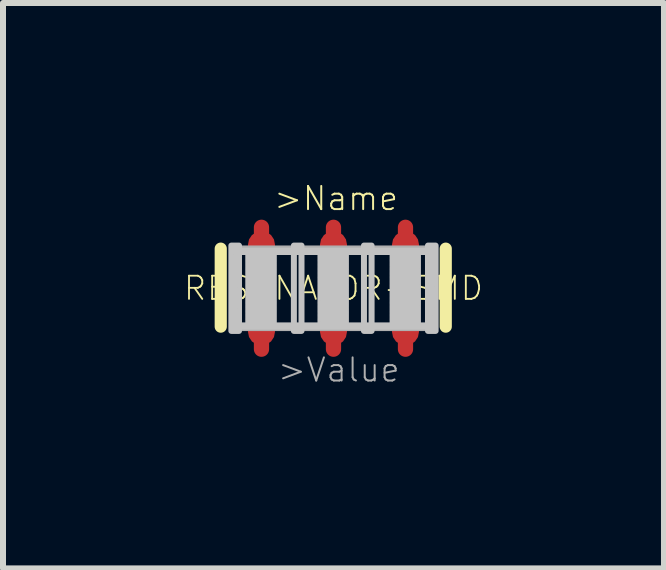
<source format=kicad_pcb>
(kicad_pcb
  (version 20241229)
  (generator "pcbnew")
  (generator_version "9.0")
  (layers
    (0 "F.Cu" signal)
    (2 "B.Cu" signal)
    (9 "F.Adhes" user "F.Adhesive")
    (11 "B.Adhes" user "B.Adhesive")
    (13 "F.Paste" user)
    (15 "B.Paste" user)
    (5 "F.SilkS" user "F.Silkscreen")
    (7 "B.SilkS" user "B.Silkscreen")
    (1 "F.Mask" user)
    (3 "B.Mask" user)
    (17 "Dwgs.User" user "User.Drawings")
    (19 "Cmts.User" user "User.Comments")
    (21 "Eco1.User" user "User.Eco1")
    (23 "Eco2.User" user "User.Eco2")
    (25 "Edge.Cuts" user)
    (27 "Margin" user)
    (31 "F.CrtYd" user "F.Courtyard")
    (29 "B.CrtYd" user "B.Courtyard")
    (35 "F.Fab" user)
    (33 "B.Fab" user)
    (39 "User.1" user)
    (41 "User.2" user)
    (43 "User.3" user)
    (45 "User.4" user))
  (footprint "RESONATOR-SMD"
    (layer "F.Cu")
    (at 2.508 1.754)
    (property "Reference" "RESONATOR-SMD" (at 0 0 180) (layer "F.SilkS") (effects (font (size 0.386 0.386) (thickness 0.031))))
    (attr through_hole)
    (fp_line (start -1.2 0) (end -1.2 -1.016) (stroke (width 0.254) (type solid)) (layer "F.Cu"))
    (fp_line (start -1.2 1.016) (end -1.2 0) (stroke (width 0.254) (type solid)) (layer "F.Cu"))
    (fp_line (start 0 0) (end 0 -1.016) (stroke (width 0.254) (type solid)) (layer "F.Cu"))
    (fp_line (start 0 0) (end 0 1.016) (stroke (width 0.254) (type solid)) (layer "F.Cu"))
    (fp_line (start 1.2 0) (end 1.2 -1.016) (stroke (width 0.254) (type solid)) (layer "F.Cu"))
    (fp_line (start 1.2 0) (end 1.2 1.016) (stroke (width 0.254) (type solid)) (layer "F.Cu"))
    (fp_poly (pts (xy -1.75 0.77) (xy 1.745 0.77) (xy 1.745 -0.765) (xy -1.75 -0.765)) (stroke (width 0) (type solid)) (fill yes) (layer "F.Mask"))
    (fp_line (start -1.879 0.64) (end -1.879 -0.66) (stroke (width 0.203) (type solid)) (layer "F.SilkS"))
    (fp_line (start 1.871 -0.66) (end 1.871 0.64) (stroke (width 0.203) (type solid)) (layer "F.SilkS"))
    (fp_poly (pts (xy -1.702 0.711) (xy -1.575 0.711) (xy -1.575 -0.711) (xy -1.702 -0.711)) (stroke (width 0.1) (type solid)) (fill no) (layer "Dwgs.User"))
    (fp_poly (pts (xy -1.633 -0.604) (xy 1.643 -0.604) (xy 1.643 -0.626) (xy -1.633 -0.626)) (stroke (width 0.1) (type solid)) (fill no) (layer "Dwgs.User"))
    (fp_poly (pts (xy -1.633 -0.583) (xy -1.611 -0.583) (xy -1.611 -0.604) (xy -1.633 -0.604)) (stroke (width 0.1) (type solid)) (fill no) (layer "Dwgs.User"))
    (fp_poly (pts (xy -1.633 -0.561) (xy -1.611 -0.561) (xy -1.611 -0.583) (xy -1.633 -0.583)) (stroke (width 0.1) (type solid)) (fill no) (layer "Dwgs.User"))
    (fp_poly (pts (xy -1.633 -0.539) (xy -1.611 -0.539) (xy -1.611 -0.561) (xy -1.633 -0.561)) (stroke (width 0.1) (type solid)) (fill no) (layer "Dwgs.User"))
    (fp_poly (pts (xy -1.633 -0.517) (xy -1.611 -0.517) (xy -1.611 -0.539) (xy -1.633 -0.539)) (stroke (width 0.1) (type solid)) (fill no) (layer "Dwgs.User"))
    (fp_poly (pts (xy -1.633 -0.495) (xy -1.611 -0.495) (xy -1.611 -0.517) (xy -1.633 -0.517)) (stroke (width 0.1) (type solid)) (fill no) (layer "Dwgs.User"))
    (fp_poly (pts (xy -1.633 -0.473) (xy -1.611 -0.473) (xy -1.611 -0.495) (xy -1.633 -0.495)) (stroke (width 0.1) (type solid)) (fill no) (layer "Dwgs.User"))
    (fp_poly (pts (xy -1.633 -0.452) (xy -1.611 -0.452) (xy -1.611 -0.473) (xy -1.633 -0.473)) (stroke (width 0.1) (type solid)) (fill no) (layer "Dwgs.User"))
    (fp_poly (pts (xy -1.633 -0.43) (xy -1.611 -0.43) (xy -1.611 -0.452) (xy -1.633 -0.452)) (stroke (width 0.1) (type solid)) (fill no) (layer "Dwgs.User"))
    (fp_poly (pts (xy -1.633 -0.408) (xy -1.611 -0.408) (xy -1.611 -0.43) (xy -1.633 -0.43)) (stroke (width 0.1) (type solid)) (fill no) (layer "Dwgs.User"))
    (fp_poly (pts (xy -1.633 -0.386) (xy -1.611 -0.386) (xy -1.611 -0.408) (xy -1.633 -0.408)) (stroke (width 0.1) (type solid)) (fill no) (layer "Dwgs.User"))
    (fp_poly (pts (xy -1.633 -0.364) (xy -1.611 -0.364) (xy -1.611 -0.386) (xy -1.633 -0.386)) (stroke (width 0.1) (type solid)) (fill no) (layer "Dwgs.User"))
    (fp_poly (pts (xy -1.633 -0.342) (xy -1.611 -0.342) (xy -1.611 -0.364) (xy -1.633 -0.364)) (stroke (width 0.1) (type solid)) (fill no) (layer "Dwgs.User"))
    (fp_poly (pts (xy -1.633 -0.32) (xy -1.611 -0.32) (xy -1.611 -0.342) (xy -1.633 -0.342)) (stroke (width 0.1) (type solid)) (fill no) (layer "Dwgs.User"))
    (fp_poly (pts (xy -1.633 -0.299) (xy -1.611 -0.299) (xy -1.611 -0.32) (xy -1.633 -0.32)) (stroke (width 0.1) (type solid)) (fill no) (layer "Dwgs.User"))
    (fp_poly (pts (xy -1.633 -0.277) (xy -1.611 -0.277) (xy -1.611 -0.299) (xy -1.633 -0.299)) (stroke (width 0.1) (type solid)) (fill no) (layer "Dwgs.User"))
    (fp_poly (pts (xy -1.633 -0.255) (xy -1.611 -0.255) (xy -1.611 -0.277) (xy -1.633 -0.277)) (stroke (width 0.1) (type solid)) (fill no) (layer "Dwgs.User"))
    (fp_poly (pts (xy -1.633 -0.233) (xy -1.611 -0.233) (xy -1.611 -0.255) (xy -1.633 -0.255)) (stroke (width 0.1) (type solid)) (fill no) (layer "Dwgs.User"))
    (fp_poly (pts (xy -1.633 -0.211) (xy -1.611 -0.211) (xy -1.611 -0.233) (xy -1.633 -0.233)) (stroke (width 0.1) (type solid)) (fill no) (layer "Dwgs.User"))
    (fp_poly (pts (xy -1.633 -0.189) (xy -1.611 -0.189) (xy -1.611 -0.211) (xy -1.633 -0.211)) (stroke (width 0.1) (type solid)) (fill no) (layer "Dwgs.User"))
    (fp_poly (pts (xy -1.633 -0.168) (xy -1.611 -0.168) (xy -1.611 -0.189) (xy -1.633 -0.189)) (stroke (width 0.1) (type solid)) (fill no) (layer "Dwgs.User"))
    (fp_poly (pts (xy -1.633 -0.146) (xy -1.611 -0.146) (xy -1.611 -0.168) (xy -1.633 -0.168)) (stroke (width 0.1) (type solid)) (fill no) (layer "Dwgs.User"))
    (fp_poly (pts (xy -1.633 -0.124) (xy -1.611 -0.124) (xy -1.611 -0.146) (xy -1.633 -0.146)) (stroke (width 0.1) (type solid)) (fill no) (layer "Dwgs.User"))
    (fp_poly (pts (xy -1.633 -0.102) (xy -1.611 -0.102) (xy -1.611 -0.124) (xy -1.633 -0.124)) (stroke (width 0.1) (type solid)) (fill no) (layer "Dwgs.User"))
    (fp_poly (pts (xy -1.633 -0.08) (xy -1.611 -0.08) (xy -1.611 -0.102) (xy -1.633 -0.102)) (stroke (width 0.1) (type solid)) (fill no) (layer "Dwgs.User"))
    (fp_poly (pts (xy -1.633 -0.058) (xy -1.611 -0.058) (xy -1.611 -0.08) (xy -1.633 -0.08)) (stroke (width 0.1) (type solid)) (fill no) (layer "Dwgs.User"))
    (fp_poly (pts (xy -1.633 -0.037) (xy -1.611 -0.037) (xy -1.611 -0.058) (xy -1.633 -0.058)) (stroke (width 0.1) (type solid)) (fill no) (layer "Dwgs.User"))
    (fp_poly (pts (xy -1.633 -0.015) (xy -1.611 -0.015) (xy -1.611 -0.037) (xy -1.633 -0.037)) (stroke (width 0.1) (type solid)) (fill no) (layer "Dwgs.User"))
    (fp_poly (pts (xy -1.633 0.007) (xy -1.611 0.007) (xy -1.611 -0.015) (xy -1.633 -0.015)) (stroke (width 0.1) (type solid)) (fill no) (layer "Dwgs.User"))
    (fp_poly (pts (xy -1.633 0.029) (xy -1.611 0.029) (xy -1.611 0.007) (xy -1.633 0.007)) (stroke (width 0.1) (type solid)) (fill no) (layer "Dwgs.User"))
    (fp_poly (pts (xy -1.633 0.051) (xy -1.611 0.051) (xy -1.611 0.029) (xy -1.633 0.029)) (stroke (width 0.1) (type solid)) (fill no) (layer "Dwgs.User"))
    (fp_poly (pts (xy -1.633 0.073) (xy -1.611 0.073) (xy -1.611 0.051) (xy -1.633 0.051)) (stroke (width 0.1) (type solid)) (fill no) (layer "Dwgs.User"))
    (fp_poly (pts (xy -1.633 0.095) (xy -1.611 0.095) (xy -1.611 0.073) (xy -1.633 0.073)) (stroke (width 0.1) (type solid)) (fill no) (layer "Dwgs.User"))
    (fp_poly (pts (xy -1.633 0.116) (xy -1.611 0.116) (xy -1.611 0.095) (xy -1.633 0.095)) (stroke (width 0.1) (type solid)) (fill no) (layer "Dwgs.User"))
    (fp_poly (pts (xy -1.633 0.138) (xy -1.611 0.138) (xy -1.611 0.116) (xy -1.633 0.116)) (stroke (width 0.1) (type solid)) (fill no) (layer "Dwgs.User"))
    (fp_poly (pts (xy -1.633 0.16) (xy -1.611 0.16) (xy -1.611 0.138) (xy -1.633 0.138)) (stroke (width 0.1) (type solid)) (fill no) (layer "Dwgs.User"))
    (fp_poly (pts (xy -1.633 0.182) (xy -1.611 0.182) (xy -1.611 0.16) (xy -1.633 0.16)) (stroke (width 0.1) (type solid)) (fill no) (layer "Dwgs.User"))
    (fp_poly (pts (xy -1.633 0.204) (xy -1.611 0.204) (xy -1.611 0.182) (xy -1.633 0.182)) (stroke (width 0.1) (type solid)) (fill no) (layer "Dwgs.User"))
    (fp_poly (pts (xy -1.633 0.226) (xy -1.611 0.226) (xy -1.611 0.204) (xy -1.633 0.204)) (stroke (width 0.1) (type solid)) (fill no) (layer "Dwgs.User"))
    (fp_poly (pts (xy -1.633 0.247) (xy -1.611 0.247) (xy -1.611 0.226) (xy -1.633 0.226)) (stroke (width 0.1) (type solid)) (fill no) (layer "Dwgs.User"))
    (fp_poly (pts (xy -1.633 0.269) (xy -1.611 0.269) (xy -1.611 0.247) (xy -1.633 0.247)) (stroke (width 0.1) (type solid)) (fill no) (layer "Dwgs.User"))
    (fp_poly (pts (xy -1.633 0.291) (xy -1.611 0.291) (xy -1.611 0.269) (xy -1.633 0.269)) (stroke (width 0.1) (type solid)) (fill no) (layer "Dwgs.User"))
    (fp_poly (pts (xy -1.633 0.313) (xy -1.611 0.313) (xy -1.611 0.291) (xy -1.633 0.291)) (stroke (width 0.1) (type solid)) (fill no) (layer "Dwgs.User"))
    (fp_poly (pts (xy -1.633 0.335) (xy -1.611 0.335) (xy -1.611 0.313) (xy -1.633 0.313)) (stroke (width 0.1) (type solid)) (fill no) (layer "Dwgs.User"))
    (fp_poly (pts (xy -1.633 0.357) (xy -1.611 0.357) (xy -1.611 0.335) (xy -1.633 0.335)) (stroke (width 0.1) (type solid)) (fill no) (layer "Dwgs.User"))
    (fp_poly (pts (xy -1.633 0.379) (xy -1.611 0.379) (xy -1.611 0.357) (xy -1.633 0.357)) (stroke (width 0.1) (type solid)) (fill no) (layer "Dwgs.User"))
    (fp_poly (pts (xy -1.633 0.4) (xy -1.611 0.4) (xy -1.611 0.379) (xy -1.633 0.379)) (stroke (width 0.1) (type solid)) (fill no) (layer "Dwgs.User"))
    (fp_poly (pts (xy -1.633 0.422) (xy -1.611 0.422) (xy -1.611 0.4) (xy -1.633 0.4)) (stroke (width 0.1) (type solid)) (fill no) (layer "Dwgs.User"))
    (fp_poly (pts (xy -1.633 0.444) (xy -1.611 0.444) (xy -1.611 0.422) (xy -1.633 0.422)) (stroke (width 0.1) (type solid)) (fill no) (layer "Dwgs.User"))
    (fp_poly (pts (xy -1.633 0.466) (xy -1.611 0.466) (xy -1.611 0.444) (xy -1.633 0.444)) (stroke (width 0.1) (type solid)) (fill no) (layer "Dwgs.User"))
    (fp_poly (pts (xy -1.633 0.488) (xy -1.611 0.488) (xy -1.611 0.466) (xy -1.633 0.466)) (stroke (width 0.1) (type solid)) (fill no) (layer "Dwgs.User"))
    (fp_poly (pts (xy -1.633 0.51) (xy -1.611 0.51) (xy -1.611 0.488) (xy -1.633 0.488)) (stroke (width 0.1) (type solid)) (fill no) (layer "Dwgs.User"))
    (fp_poly (pts (xy -1.633 0.531) (xy -1.611 0.531) (xy -1.611 0.51) (xy -1.633 0.51)) (stroke (width 0.1) (type solid)) (fill no) (layer "Dwgs.User"))
    (fp_poly (pts (xy -1.633 0.553) (xy -1.611 0.553) (xy -1.611 0.531) (xy -1.633 0.531)) (stroke (width 0.1) (type solid)) (fill no) (layer "Dwgs.User"))
    (fp_poly (pts (xy -1.633 0.575) (xy -1.611 0.575) (xy -1.611 0.553) (xy -1.633 0.553)) (stroke (width 0.1) (type solid)) (fill no) (layer "Dwgs.User"))
    (fp_poly (pts (xy -1.633 0.597) (xy -1.611 0.597) (xy -1.611 0.575) (xy -1.633 0.575)) (stroke (width 0.1) (type solid)) (fill no) (layer "Dwgs.User"))
    (fp_poly (pts (xy -1.633 0.619) (xy -1.611 0.619) (xy -1.611 0.597) (xy -1.633 0.597)) (stroke (width 0.1) (type solid)) (fill no) (layer "Dwgs.User"))
    (fp_poly (pts (xy -1.633 0.641) (xy 1.643 0.641) (xy 1.643 0.619) (xy -1.633 0.619)) (stroke (width 0.1) (type solid)) (fill no) (layer "Dwgs.User"))
    (fp_poly (pts (xy -1.415 -0.583) (xy -1 -0.583) (xy -1 -0.604) (xy -1.415 -0.604)) (stroke (width 0.1) (type solid)) (fill no) (layer "Dwgs.User"))
    (fp_poly (pts (xy -1.415 -0.561) (xy -1 -0.561) (xy -1 -0.583) (xy -1.415 -0.583)) (stroke (width 0.1) (type solid)) (fill no) (layer "Dwgs.User"))
    (fp_poly (pts (xy -1.415 -0.539) (xy -1 -0.539) (xy -1 -0.561) (xy -1.415 -0.561)) (stroke (width 0.1) (type solid)) (fill no) (layer "Dwgs.User"))
    (fp_poly (pts (xy -1.415 -0.517) (xy -1 -0.517) (xy -1 -0.539) (xy -1.415 -0.539)) (stroke (width 0.1) (type solid)) (fill no) (layer "Dwgs.User"))
    (fp_poly (pts (xy -1.415 -0.495) (xy -1 -0.495) (xy -1 -0.517) (xy -1.415 -0.517)) (stroke (width 0.1) (type solid)) (fill no) (layer "Dwgs.User"))
    (fp_poly (pts (xy -1.415 -0.473) (xy -1 -0.473) (xy -1 -0.495) (xy -1.415 -0.495)) (stroke (width 0.1) (type solid)) (fill no) (layer "Dwgs.User"))
    (fp_poly (pts (xy -1.415 -0.452) (xy -1 -0.452) (xy -1 -0.473) (xy -1.415 -0.473)) (stroke (width 0.1) (type solid)) (fill no) (layer "Dwgs.User"))
    (fp_poly (pts (xy -1.415 -0.43) (xy -1 -0.43) (xy -1 -0.452) (xy -1.415 -0.452)) (stroke (width 0.1) (type solid)) (fill no) (layer "Dwgs.User"))
    (fp_poly (pts (xy -1.415 -0.408) (xy -1 -0.408) (xy -1 -0.43) (xy -1.415 -0.43)) (stroke (width 0.1) (type solid)) (fill no) (layer "Dwgs.User"))
    (fp_poly (pts (xy -1.415 -0.386) (xy -1 -0.386) (xy -1 -0.408) (xy -1.415 -0.408)) (stroke (width 0.1) (type solid)) (fill no) (layer "Dwgs.User"))
    (fp_poly (pts (xy -1.415 -0.364) (xy -1 -0.364) (xy -1 -0.386) (xy -1.415 -0.386)) (stroke (width 0.1) (type solid)) (fill no) (layer "Dwgs.User"))
    (fp_poly (pts (xy -1.415 -0.342) (xy -1 -0.342) (xy -1 -0.364) (xy -1.415 -0.364)) (stroke (width 0.1) (type solid)) (fill no) (layer "Dwgs.User"))
    (fp_poly (pts (xy -1.415 -0.32) (xy -1 -0.32) (xy -1 -0.342) (xy -1.415 -0.342)) (stroke (width 0.1) (type solid)) (fill no) (layer "Dwgs.User"))
    (fp_poly (pts (xy -1.415 -0.299) (xy -1 -0.299) (xy -1 -0.32) (xy -1.415 -0.32)) (stroke (width 0.1) (type solid)) (fill no) (layer "Dwgs.User"))
    (fp_poly (pts (xy -1.415 -0.277) (xy -1 -0.277) (xy -1 -0.299) (xy -1.415 -0.299)) (stroke (width 0.1) (type solid)) (fill no) (layer "Dwgs.User"))
    (fp_poly (pts (xy -1.415 -0.255) (xy -1 -0.255) (xy -1 -0.277) (xy -1.415 -0.277)) (stroke (width 0.1) (type solid)) (fill no) (layer "Dwgs.User"))
    (fp_poly (pts (xy -1.415 -0.233) (xy -1 -0.233) (xy -1 -0.255) (xy -1.415 -0.255)) (stroke (width 0.1) (type solid)) (fill no) (layer "Dwgs.User"))
    (fp_poly (pts (xy -1.415 -0.211) (xy -1 -0.211) (xy -1 -0.233) (xy -1.415 -0.233)) (stroke (width 0.1) (type solid)) (fill no) (layer "Dwgs.User"))
    (fp_poly (pts (xy -1.415 -0.189) (xy -1 -0.189) (xy -1 -0.211) (xy -1.415 -0.211)) (stroke (width 0.1) (type solid)) (fill no) (layer "Dwgs.User"))
    (fp_poly (pts (xy -1.415 -0.168) (xy -1 -0.168) (xy -1 -0.189) (xy -1.415 -0.189)) (stroke (width 0.1) (type solid)) (fill no) (layer "Dwgs.User"))
    (fp_poly (pts (xy -1.415 -0.146) (xy -1 -0.146) (xy -1 -0.168) (xy -1.415 -0.168)) (stroke (width 0.1) (type solid)) (fill no) (layer "Dwgs.User"))
    (fp_poly (pts (xy -1.415 -0.124) (xy -1 -0.124) (xy -1 -0.146) (xy -1.415 -0.146)) (stroke (width 0.1) (type solid)) (fill no) (layer "Dwgs.User"))
    (fp_poly (pts (xy -1.415 -0.102) (xy -1 -0.102) (xy -1 -0.124) (xy -1.415 -0.124)) (stroke (width 0.1) (type solid)) (fill no) (layer "Dwgs.User"))
    (fp_poly (pts (xy -1.415 -0.08) (xy -1 -0.08) (xy -1 -0.102) (xy -1.415 -0.102)) (stroke (width 0.1) (type solid)) (fill no) (layer "Dwgs.User"))
    (fp_poly (pts (xy -1.415 -0.058) (xy -1 -0.058) (xy -1 -0.08) (xy -1.415 -0.08)) (stroke (width 0.1) (type solid)) (fill no) (layer "Dwgs.User"))
    (fp_poly (pts (xy -1.415 -0.037) (xy -1 -0.037) (xy -1 -0.058) (xy -1.415 -0.058)) (stroke (width 0.1) (type solid)) (fill no) (layer "Dwgs.User"))
    (fp_poly (pts (xy -1.415 -0.015) (xy -1 -0.015) (xy -1 -0.037) (xy -1.415 -0.037)) (stroke (width 0.1) (type solid)) (fill no) (layer "Dwgs.User"))
    (fp_poly (pts (xy -1.415 0.007) (xy -1 0.007) (xy -1 -0.015) (xy -1.415 -0.015)) (stroke (width 0.1) (type solid)) (fill no) (layer "Dwgs.User"))
    (fp_poly (pts (xy -1.415 0.029) (xy -1 0.029) (xy -1 0.007) (xy -1.415 0.007)) (stroke (width 0.1) (type solid)) (fill no) (layer "Dwgs.User"))
    (fp_poly (pts (xy -1.415 0.051) (xy -1 0.051) (xy -1 0.029) (xy -1.415 0.029)) (stroke (width 0.1) (type solid)) (fill no) (layer "Dwgs.User"))
    (fp_poly (pts (xy -1.415 0.073) (xy -1 0.073) (xy -1 0.051) (xy -1.415 0.051)) (stroke (width 0.1) (type solid)) (fill no) (layer "Dwgs.User"))
    (fp_poly (pts (xy -1.415 0.095) (xy -1 0.095) (xy -1 0.073) (xy -1.415 0.073)) (stroke (width 0.1) (type solid)) (fill no) (layer "Dwgs.User"))
    (fp_poly (pts (xy -1.415 0.116) (xy -1 0.116) (xy -1 0.095) (xy -1.415 0.095)) (stroke (width 0.1) (type solid)) (fill no) (layer "Dwgs.User"))
    (fp_poly (pts (xy -1.415 0.138) (xy -1 0.138) (xy -1 0.116) (xy -1.415 0.116)) (stroke (width 0.1) (type solid)) (fill no) (layer "Dwgs.User"))
    (fp_poly (pts (xy -1.415 0.16) (xy -1 0.16) (xy -1 0.138) (xy -1.415 0.138)) (stroke (width 0.1) (type solid)) (fill no) (layer "Dwgs.User"))
    (fp_poly (pts (xy -1.415 0.182) (xy -1 0.182) (xy -1 0.16) (xy -1.415 0.16)) (stroke (width 0.1) (type solid)) (fill no) (layer "Dwgs.User"))
    (fp_poly (pts (xy -1.415 0.204) (xy -1 0.204) (xy -1 0.182) (xy -1.415 0.182)) (stroke (width 0.1) (type solid)) (fill no) (layer "Dwgs.User"))
    (fp_poly (pts (xy -1.415 0.226) (xy -1 0.226) (xy -1 0.204) (xy -1.415 0.204)) (stroke (width 0.1) (type solid)) (fill no) (layer "Dwgs.User"))
    (fp_poly (pts (xy -1.415 0.247) (xy -1 0.247) (xy -1 0.226) (xy -1.415 0.226)) (stroke (width 0.1) (type solid)) (fill no) (layer "Dwgs.User"))
    (fp_poly (pts (xy -1.415 0.269) (xy -1 0.269) (xy -1 0.247) (xy -1.415 0.247)) (stroke (width 0.1) (type solid)) (fill no) (layer "Dwgs.User"))
    (fp_poly (pts (xy -1.415 0.291) (xy -1 0.291) (xy -1 0.269) (xy -1.415 0.269)) (stroke (width 0.1) (type solid)) (fill no) (layer "Dwgs.User"))
    (fp_poly (pts (xy -1.415 0.313) (xy -1 0.313) (xy -1 0.291) (xy -1.415 0.291)) (stroke (width 0.1) (type solid)) (fill no) (layer "Dwgs.User"))
    (fp_poly (pts (xy -1.415 0.335) (xy -1 0.335) (xy -1 0.313) (xy -1.415 0.313)) (stroke (width 0.1) (type solid)) (fill no) (layer "Dwgs.User"))
    (fp_poly (pts (xy -1.415 0.357) (xy -1 0.357) (xy -1 0.335) (xy -1.415 0.335)) (stroke (width 0.1) (type solid)) (fill no) (layer "Dwgs.User"))
    (fp_poly (pts (xy -1.415 0.379) (xy -1 0.379) (xy -1 0.357) (xy -1.415 0.357)) (stroke (width 0.1) (type solid)) (fill no) (layer "Dwgs.User"))
    (fp_poly (pts (xy -1.415 0.4) (xy -1 0.4) (xy -1 0.379) (xy -1.415 0.379)) (stroke (width 0.1) (type solid)) (fill no) (layer "Dwgs.User"))
    (fp_poly (pts (xy -1.415 0.422) (xy -1 0.422) (xy -1 0.4) (xy -1.415 0.4)) (stroke (width 0.1) (type solid)) (fill no) (layer "Dwgs.User"))
    (fp_poly (pts (xy -1.415 0.444) (xy -1 0.444) (xy -1 0.422) (xy -1.415 0.422)) (stroke (width 0.1) (type solid)) (fill no) (layer "Dwgs.User"))
    (fp_poly (pts (xy -1.415 0.466) (xy -1 0.466) (xy -1 0.444) (xy -1.415 0.444)) (stroke (width 0.1) (type solid)) (fill no) (layer "Dwgs.User"))
    (fp_poly (pts (xy -1.415 0.488) (xy -1 0.488) (xy -1 0.466) (xy -1.415 0.466)) (stroke (width 0.1) (type solid)) (fill no) (layer "Dwgs.User"))
    (fp_poly (pts (xy -1.415 0.51) (xy -1 0.51) (xy -1 0.488) (xy -1.415 0.488)) (stroke (width 0.1) (type solid)) (fill no) (layer "Dwgs.User"))
    (fp_poly (pts (xy -1.415 0.531) (xy -1 0.531) (xy -1 0.51) (xy -1.415 0.51)) (stroke (width 0.1) (type solid)) (fill no) (layer "Dwgs.User"))
    (fp_poly (pts (xy -1.415 0.553) (xy -1 0.553) (xy -1 0.531) (xy -1.415 0.531)) (stroke (width 0.1) (type solid)) (fill no) (layer "Dwgs.User"))
    (fp_poly (pts (xy -1.415 0.575) (xy -1 0.575) (xy -1 0.553) (xy -1.415 0.553)) (stroke (width 0.1) (type solid)) (fill no) (layer "Dwgs.User"))
    (fp_poly (pts (xy -1.415 0.597) (xy -1 0.597) (xy -1 0.575) (xy -1.415 0.575)) (stroke (width 0.1) (type solid)) (fill no) (layer "Dwgs.User"))
    (fp_poly (pts (xy -1.415 0.619) (xy -1 0.619) (xy -1 0.597) (xy -1.415 0.597)) (stroke (width 0.1) (type solid)) (fill no) (layer "Dwgs.User"))
    (fp_poly (pts (xy -0.66 0.711) (xy -0.533 0.711) (xy -0.533 -0.711) (xy -0.66 -0.711)) (stroke (width 0.1) (type solid)) (fill no) (layer "Dwgs.User"))
    (fp_poly (pts (xy -0.213 -0.583) (xy 0.202 -0.583) (xy 0.202 -0.604) (xy -0.213 -0.604)) (stroke (width 0.1) (type solid)) (fill no) (layer "Dwgs.User"))
    (fp_poly (pts (xy -0.213 -0.561) (xy 0.202 -0.561) (xy 0.202 -0.583) (xy -0.213 -0.583)) (stroke (width 0.1) (type solid)) (fill no) (layer "Dwgs.User"))
    (fp_poly (pts (xy -0.213 -0.539) (xy 0.202 -0.539) (xy 0.202 -0.561) (xy -0.213 -0.561)) (stroke (width 0.1) (type solid)) (fill no) (layer "Dwgs.User"))
    (fp_poly (pts (xy -0.213 -0.517) (xy 0.202 -0.517) (xy 0.202 -0.539) (xy -0.213 -0.539)) (stroke (width 0.1) (type solid)) (fill no) (layer "Dwgs.User"))
    (fp_poly (pts (xy -0.213 -0.495) (xy 0.202 -0.495) (xy 0.202 -0.517) (xy -0.213 -0.517)) (stroke (width 0.1) (type solid)) (fill no) (layer "Dwgs.User"))
    (fp_poly (pts (xy -0.213 -0.473) (xy 0.202 -0.473) (xy 0.202 -0.495) (xy -0.213 -0.495)) (stroke (width 0.1) (type solid)) (fill no) (layer "Dwgs.User"))
    (fp_poly (pts (xy -0.213 -0.452) (xy 0.202 -0.452) (xy 0.202 -0.473) (xy -0.213 -0.473)) (stroke (width 0.1) (type solid)) (fill no) (layer "Dwgs.User"))
    (fp_poly (pts (xy -0.213 -0.43) (xy 0.202 -0.43) (xy 0.202 -0.452) (xy -0.213 -0.452)) (stroke (width 0.1) (type solid)) (fill no) (layer "Dwgs.User"))
    (fp_poly (pts (xy -0.213 -0.408) (xy 0.202 -0.408) (xy 0.202 -0.43) (xy -0.213 -0.43)) (stroke (width 0.1) (type solid)) (fill no) (layer "Dwgs.User"))
    (fp_poly (pts (xy -0.213 -0.386) (xy 0.202 -0.386) (xy 0.202 -0.408) (xy -0.213 -0.408)) (stroke (width 0.1) (type solid)) (fill no) (layer "Dwgs.User"))
    (fp_poly (pts (xy -0.213 -0.364) (xy 0.202 -0.364) (xy 0.202 -0.386) (xy -0.213 -0.386)) (stroke (width 0.1) (type solid)) (fill no) (layer "Dwgs.User"))
    (fp_poly (pts (xy -0.213 -0.342) (xy 0.202 -0.342) (xy 0.202 -0.364) (xy -0.213 -0.364)) (stroke (width 0.1) (type solid)) (fill no) (layer "Dwgs.User"))
    (fp_poly (pts (xy -0.213 -0.32) (xy 0.202 -0.32) (xy 0.202 -0.342) (xy -0.213 -0.342)) (stroke (width 0.1) (type solid)) (fill no) (layer "Dwgs.User"))
    (fp_poly (pts (xy -0.213 -0.299) (xy 0.202 -0.299) (xy 0.202 -0.32) (xy -0.213 -0.32)) (stroke (width 0.1) (type solid)) (fill no) (layer "Dwgs.User"))
    (fp_poly (pts (xy -0.213 -0.277) (xy 0.202 -0.277) (xy 0.202 -0.299) (xy -0.213 -0.299)) (stroke (width 0.1) (type solid)) (fill no) (layer "Dwgs.User"))
    (fp_poly (pts (xy -0.213 -0.255) (xy 0.202 -0.255) (xy 0.202 -0.277) (xy -0.213 -0.277)) (stroke (width 0.1) (type solid)) (fill no) (layer "Dwgs.User"))
    (fp_poly (pts (xy -0.213 -0.233) (xy 0.202 -0.233) (xy 0.202 -0.255) (xy -0.213 -0.255)) (stroke (width 0.1) (type solid)) (fill no) (layer "Dwgs.User"))
    (fp_poly (pts (xy -0.213 -0.211) (xy 0.202 -0.211) (xy 0.202 -0.233) (xy -0.213 -0.233)) (stroke (width 0.1) (type solid)) (fill no) (layer "Dwgs.User"))
    (fp_poly (pts (xy -0.213 -0.189) (xy 0.202 -0.189) (xy 0.202 -0.211) (xy -0.213 -0.211)) (stroke (width 0.1) (type solid)) (fill no) (layer "Dwgs.User"))
    (fp_poly (pts (xy -0.213 -0.168) (xy 0.202 -0.168) (xy 0.202 -0.189) (xy -0.213 -0.189)) (stroke (width 0.1) (type solid)) (fill no) (layer "Dwgs.User"))
    (fp_poly (pts (xy -0.213 -0.146) (xy 0.202 -0.146) (xy 0.202 -0.168) (xy -0.213 -0.168)) (stroke (width 0.1) (type solid)) (fill no) (layer "Dwgs.User"))
    (fp_poly (pts (xy -0.213 -0.124) (xy 0.202 -0.124) (xy 0.202 -0.146) (xy -0.213 -0.146)) (stroke (width 0.1) (type solid)) (fill no) (layer "Dwgs.User"))
    (fp_poly (pts (xy -0.213 -0.102) (xy 0.202 -0.102) (xy 0.202 -0.124) (xy -0.213 -0.124)) (stroke (width 0.1) (type solid)) (fill no) (layer "Dwgs.User"))
    (fp_poly (pts (xy -0.213 -0.08) (xy 0.202 -0.08) (xy 0.202 -0.102) (xy -0.213 -0.102)) (stroke (width 0.1) (type solid)) (fill no) (layer "Dwgs.User"))
    (fp_poly (pts (xy -0.213 -0.058) (xy 0.202 -0.058) (xy 0.202 -0.08) (xy -0.213 -0.08)) (stroke (width 0.1) (type solid)) (fill no) (layer "Dwgs.User"))
    (fp_poly (pts (xy -0.213 -0.037) (xy 0.202 -0.037) (xy 0.202 -0.058) (xy -0.213 -0.058)) (stroke (width 0.1) (type solid)) (fill no) (layer "Dwgs.User"))
    (fp_poly (pts (xy -0.213 -0.015) (xy 0.202 -0.015) (xy 0.202 -0.037) (xy -0.213 -0.037)) (stroke (width 0.1) (type solid)) (fill no) (layer "Dwgs.User"))
    (fp_poly (pts (xy -0.213 0.007) (xy 0.202 0.007) (xy 0.202 -0.015) (xy -0.213 -0.015)) (stroke (width 0.1) (type solid)) (fill no) (layer "Dwgs.User"))
    (fp_poly (pts (xy -0.213 0.029) (xy 0.202 0.029) (xy 0.202 0.007) (xy -0.213 0.007)) (stroke (width 0.1) (type solid)) (fill no) (layer "Dwgs.User"))
    (fp_poly (pts (xy -0.213 0.051) (xy 0.202 0.051) (xy 0.202 0.029) (xy -0.213 0.029)) (stroke (width 0.1) (type solid)) (fill no) (layer "Dwgs.User"))
    (fp_poly (pts (xy -0.213 0.073) (xy 0.202 0.073) (xy 0.202 0.051) (xy -0.213 0.051)) (stroke (width 0.1) (type solid)) (fill no) (layer "Dwgs.User"))
    (fp_poly (pts (xy -0.213 0.095) (xy 0.202 0.095) (xy 0.202 0.073) (xy -0.213 0.073)) (stroke (width 0.1) (type solid)) (fill no) (layer "Dwgs.User"))
    (fp_poly (pts (xy -0.213 0.116) (xy 0.202 0.116) (xy 0.202 0.095) (xy -0.213 0.095)) (stroke (width 0.1) (type solid)) (fill no) (layer "Dwgs.User"))
    (fp_poly (pts (xy -0.213 0.138) (xy 0.202 0.138) (xy 0.202 0.116) (xy -0.213 0.116)) (stroke (width 0.1) (type solid)) (fill no) (layer "Dwgs.User"))
    (fp_poly (pts (xy -0.213 0.16) (xy 0.202 0.16) (xy 0.202 0.138) (xy -0.213 0.138)) (stroke (width 0.1) (type solid)) (fill no) (layer "Dwgs.User"))
    (fp_poly (pts (xy -0.213 0.182) (xy 0.202 0.182) (xy 0.202 0.16) (xy -0.213 0.16)) (stroke (width 0.1) (type solid)) (fill no) (layer "Dwgs.User"))
    (fp_poly (pts (xy -0.213 0.204) (xy 0.202 0.204) (xy 0.202 0.182) (xy -0.213 0.182)) (stroke (width 0.1) (type solid)) (fill no) (layer "Dwgs.User"))
    (fp_poly (pts (xy -0.213 0.226) (xy 0.202 0.226) (xy 0.202 0.204) (xy -0.213 0.204)) (stroke (width 0.1) (type solid)) (fill no) (layer "Dwgs.User"))
    (fp_poly (pts (xy -0.213 0.247) (xy 0.202 0.247) (xy 0.202 0.226) (xy -0.213 0.226)) (stroke (width 0.1) (type solid)) (fill no) (layer "Dwgs.User"))
    (fp_poly (pts (xy -0.213 0.269) (xy 0.202 0.269) (xy 0.202 0.247) (xy -0.213 0.247)) (stroke (width 0.1) (type solid)) (fill no) (layer "Dwgs.User"))
    (fp_poly (pts (xy -0.213 0.291) (xy 0.202 0.291) (xy 0.202 0.269) (xy -0.213 0.269)) (stroke (width 0.1) (type solid)) (fill no) (layer "Dwgs.User"))
    (fp_poly (pts (xy -0.213 0.313) (xy 0.202 0.313) (xy 0.202 0.291) (xy -0.213 0.291)) (stroke (width 0.1) (type solid)) (fill no) (layer "Dwgs.User"))
    (fp_poly (pts (xy -0.213 0.335) (xy 0.202 0.335) (xy 0.202 0.313) (xy -0.213 0.313)) (stroke (width 0.1) (type solid)) (fill no) (layer "Dwgs.User"))
    (fp_poly (pts (xy -0.213 0.357) (xy 0.202 0.357) (xy 0.202 0.335) (xy -0.213 0.335)) (stroke (width 0.1) (type solid)) (fill no) (layer "Dwgs.User"))
    (fp_poly (pts (xy -0.213 0.379) (xy 0.202 0.379) (xy 0.202 0.357) (xy -0.213 0.357)) (stroke (width 0.1) (type solid)) (fill no) (layer "Dwgs.User"))
    (fp_poly (pts (xy -0.213 0.4) (xy 0.202 0.4) (xy 0.202 0.379) (xy -0.213 0.379)) (stroke (width 0.1) (type solid)) (fill no) (layer "Dwgs.User"))
    (fp_poly (pts (xy -0.213 0.422) (xy 0.202 0.422) (xy 0.202 0.4) (xy -0.213 0.4)) (stroke (width 0.1) (type solid)) (fill no) (layer "Dwgs.User"))
    (fp_poly (pts (xy -0.213 0.444) (xy 0.202 0.444) (xy 0.202 0.422) (xy -0.213 0.422)) (stroke (width 0.1) (type solid)) (fill no) (layer "Dwgs.User"))
    (fp_poly (pts (xy -0.213 0.466) (xy 0.202 0.466) (xy 0.202 0.444) (xy -0.213 0.444)) (stroke (width 0.1) (type solid)) (fill no) (layer "Dwgs.User"))
    (fp_poly (pts (xy -0.213 0.488) (xy 0.202 0.488) (xy 0.202 0.466) (xy -0.213 0.466)) (stroke (width 0.1) (type solid)) (fill no) (layer "Dwgs.User"))
    (fp_poly (pts (xy -0.213 0.51) (xy 0.202 0.51) (xy 0.202 0.488) (xy -0.213 0.488)) (stroke (width 0.1) (type solid)) (fill no) (layer "Dwgs.User"))
    (fp_poly (pts (xy -0.213 0.531) (xy 0.202 0.531) (xy 0.202 0.51) (xy -0.213 0.51)) (stroke (width 0.1) (type solid)) (fill no) (layer "Dwgs.User"))
    (fp_poly (pts (xy -0.213 0.553) (xy 0.202 0.553) (xy 0.202 0.531) (xy -0.213 0.531)) (stroke (width 0.1) (type solid)) (fill no) (layer "Dwgs.User"))
    (fp_poly (pts (xy -0.213 0.575) (xy 0.202 0.575) (xy 0.202 0.553) (xy -0.213 0.553)) (stroke (width 0.1) (type solid)) (fill no) (layer "Dwgs.User"))
    (fp_poly (pts (xy -0.213 0.597) (xy 0.202 0.597) (xy 0.202 0.575) (xy -0.213 0.575)) (stroke (width 0.1) (type solid)) (fill no) (layer "Dwgs.User"))
    (fp_poly (pts (xy -0.213 0.619) (xy 0.202 0.619) (xy 0.202 0.597) (xy -0.213 0.597)) (stroke (width 0.1) (type solid)) (fill no) (layer "Dwgs.User"))
    (fp_poly (pts (xy 0.508 0.711) (xy 0.635 0.711) (xy 0.635 -0.711) (xy 0.508 -0.711)) (stroke (width 0.1) (type solid)) (fill no) (layer "Dwgs.User"))
    (fp_poly (pts (xy 0.988 -0.583) (xy 1.403 -0.583) (xy 1.403 -0.604) (xy 0.988 -0.604)) (stroke (width 0.1) (type solid)) (fill no) (layer "Dwgs.User"))
    (fp_poly (pts (xy 0.988 -0.561) (xy 1.403 -0.561) (xy 1.403 -0.583) (xy 0.988 -0.583)) (stroke (width 0.1) (type solid)) (fill no) (layer "Dwgs.User"))
    (fp_poly (pts (xy 0.988 -0.539) (xy 1.403 -0.539) (xy 1.403 -0.561) (xy 0.988 -0.561)) (stroke (width 0.1) (type solid)) (fill no) (layer "Dwgs.User"))
    (fp_poly (pts (xy 0.988 -0.517) (xy 1.403 -0.517) (xy 1.403 -0.539) (xy 0.988 -0.539)) (stroke (width 0.1) (type solid)) (fill no) (layer "Dwgs.User"))
    (fp_poly (pts (xy 0.988 -0.495) (xy 1.403 -0.495) (xy 1.403 -0.517) (xy 0.988 -0.517)) (stroke (width 0.1) (type solid)) (fill no) (layer "Dwgs.User"))
    (fp_poly (pts (xy 0.988 -0.473) (xy 1.403 -0.473) (xy 1.403 -0.495) (xy 0.988 -0.495)) (stroke (width 0.1) (type solid)) (fill no) (layer "Dwgs.User"))
    (fp_poly (pts (xy 0.988 -0.452) (xy 1.403 -0.452) (xy 1.403 -0.473) (xy 0.988 -0.473)) (stroke (width 0.1) (type solid)) (fill no) (layer "Dwgs.User"))
    (fp_poly (pts (xy 0.988 -0.43) (xy 1.403 -0.43) (xy 1.403 -0.452) (xy 0.988 -0.452)) (stroke (width 0.1) (type solid)) (fill no) (layer "Dwgs.User"))
    (fp_poly (pts (xy 0.988 -0.408) (xy 1.403 -0.408) (xy 1.403 -0.43) (xy 0.988 -0.43)) (stroke (width 0.1) (type solid)) (fill no) (layer "Dwgs.User"))
    (fp_poly (pts (xy 0.988 -0.386) (xy 1.403 -0.386) (xy 1.403 -0.408) (xy 0.988 -0.408)) (stroke (width 0.1) (type solid)) (fill no) (layer "Dwgs.User"))
    (fp_poly (pts (xy 0.988 -0.364) (xy 1.403 -0.364) (xy 1.403 -0.386) (xy 0.988 -0.386)) (stroke (width 0.1) (type solid)) (fill no) (layer "Dwgs.User"))
    (fp_poly (pts (xy 0.988 -0.342) (xy 1.403 -0.342) (xy 1.403 -0.364) (xy 0.988 -0.364)) (stroke (width 0.1) (type solid)) (fill no) (layer "Dwgs.User"))
    (fp_poly (pts (xy 0.988 -0.32) (xy 1.403 -0.32) (xy 1.403 -0.342) (xy 0.988 -0.342)) (stroke (width 0.1) (type solid)) (fill no) (layer "Dwgs.User"))
    (fp_poly (pts (xy 0.988 -0.299) (xy 1.403 -0.299) (xy 1.403 -0.32) (xy 0.988 -0.32)) (stroke (width 0.1) (type solid)) (fill no) (layer "Dwgs.User"))
    (fp_poly (pts (xy 0.988 -0.277) (xy 1.403 -0.277) (xy 1.403 -0.299) (xy 0.988 -0.299)) (stroke (width 0.1) (type solid)) (fill no) (layer "Dwgs.User"))
    (fp_poly (pts (xy 0.988 -0.255) (xy 1.403 -0.255) (xy 1.403 -0.277) (xy 0.988 -0.277)) (stroke (width 0.1) (type solid)) (fill no) (layer "Dwgs.User"))
    (fp_poly (pts (xy 0.988 -0.233) (xy 1.403 -0.233) (xy 1.403 -0.255) (xy 0.988 -0.255)) (stroke (width 0.1) (type solid)) (fill no) (layer "Dwgs.User"))
    (fp_poly (pts (xy 0.988 -0.211) (xy 1.403 -0.211) (xy 1.403 -0.233) (xy 0.988 -0.233)) (stroke (width 0.1) (type solid)) (fill no) (layer "Dwgs.User"))
    (fp_poly (pts (xy 0.988 -0.189) (xy 1.403 -0.189) (xy 1.403 -0.211) (xy 0.988 -0.211)) (stroke (width 0.1) (type solid)) (fill no) (layer "Dwgs.User"))
    (fp_poly (pts (xy 0.988 -0.168) (xy 1.403 -0.168) (xy 1.403 -0.189) (xy 0.988 -0.189)) (stroke (width 0.1) (type solid)) (fill no) (layer "Dwgs.User"))
    (fp_poly (pts (xy 0.988 -0.146) (xy 1.403 -0.146) (xy 1.403 -0.168) (xy 0.988 -0.168)) (stroke (width 0.1) (type solid)) (fill no) (layer "Dwgs.User"))
    (fp_poly (pts (xy 0.988 -0.124) (xy 1.403 -0.124) (xy 1.403 -0.146) (xy 0.988 -0.146)) (stroke (width 0.1) (type solid)) (fill no) (layer "Dwgs.User"))
    (fp_poly (pts (xy 0.988 -0.102) (xy 1.403 -0.102) (xy 1.403 -0.124) (xy 0.988 -0.124)) (stroke (width 0.1) (type solid)) (fill no) (layer "Dwgs.User"))
    (fp_poly (pts (xy 0.988 -0.08) (xy 1.403 -0.08) (xy 1.403 -0.102) (xy 0.988 -0.102)) (stroke (width 0.1) (type solid)) (fill no) (layer "Dwgs.User"))
    (fp_poly (pts (xy 0.988 -0.058) (xy 1.403 -0.058) (xy 1.403 -0.08) (xy 0.988 -0.08)) (stroke (width 0.1) (type solid)) (fill no) (layer "Dwgs.User"))
    (fp_poly (pts (xy 0.988 -0.037) (xy 1.403 -0.037) (xy 1.403 -0.058) (xy 0.988 -0.058)) (stroke (width 0.1) (type solid)) (fill no) (layer "Dwgs.User"))
    (fp_poly (pts (xy 0.988 -0.015) (xy 1.403 -0.015) (xy 1.403 -0.037) (xy 0.988 -0.037)) (stroke (width 0.1) (type solid)) (fill no) (layer "Dwgs.User"))
    (fp_poly (pts (xy 0.988 0.007) (xy 1.403 0.007) (xy 1.403 -0.015) (xy 0.988 -0.015)) (stroke (width 0.1) (type solid)) (fill no) (layer "Dwgs.User"))
    (fp_poly (pts (xy 0.988 0.029) (xy 1.403 0.029) (xy 1.403 0.007) (xy 0.988 0.007)) (stroke (width 0.1) (type solid)) (fill no) (layer "Dwgs.User"))
    (fp_poly (pts (xy 0.988 0.051) (xy 1.403 0.051) (xy 1.403 0.029) (xy 0.988 0.029)) (stroke (width 0.1) (type solid)) (fill no) (layer "Dwgs.User"))
    (fp_poly (pts (xy 0.988 0.073) (xy 1.403 0.073) (xy 1.403 0.051) (xy 0.988 0.051)) (stroke (width 0.1) (type solid)) (fill no) (layer "Dwgs.User"))
    (fp_poly (pts (xy 0.988 0.095) (xy 1.403 0.095) (xy 1.403 0.073) (xy 0.988 0.073)) (stroke (width 0.1) (type solid)) (fill no) (layer "Dwgs.User"))
    (fp_poly (pts (xy 0.988 0.116) (xy 1.403 0.116) (xy 1.403 0.095) (xy 0.988 0.095)) (stroke (width 0.1) (type solid)) (fill no) (layer "Dwgs.User"))
    (fp_poly (pts (xy 0.988 0.138) (xy 1.403 0.138) (xy 1.403 0.116) (xy 0.988 0.116)) (stroke (width 0.1) (type solid)) (fill no) (layer "Dwgs.User"))
    (fp_poly (pts (xy 0.988 0.16) (xy 1.403 0.16) (xy 1.403 0.138) (xy 0.988 0.138)) (stroke (width 0.1) (type solid)) (fill no) (layer "Dwgs.User"))
    (fp_poly (pts (xy 0.988 0.182) (xy 1.403 0.182) (xy 1.403 0.16) (xy 0.988 0.16)) (stroke (width 0.1) (type solid)) (fill no) (layer "Dwgs.User"))
    (fp_poly (pts (xy 0.988 0.204) (xy 1.403 0.204) (xy 1.403 0.182) (xy 0.988 0.182)) (stroke (width 0.1) (type solid)) (fill no) (layer "Dwgs.User"))
    (fp_poly (pts (xy 0.988 0.226) (xy 1.403 0.226) (xy 1.403 0.204) (xy 0.988 0.204)) (stroke (width 0.1) (type solid)) (fill no) (layer "Dwgs.User"))
    (fp_poly (pts (xy 0.988 0.247) (xy 1.403 0.247) (xy 1.403 0.226) (xy 0.988 0.226)) (stroke (width 0.1) (type solid)) (fill no) (layer "Dwgs.User"))
    (fp_poly (pts (xy 0.988 0.269) (xy 1.403 0.269) (xy 1.403 0.247) (xy 0.988 0.247)) (stroke (width 0.1) (type solid)) (fill no) (layer "Dwgs.User"))
    (fp_poly (pts (xy 0.988 0.291) (xy 1.403 0.291) (xy 1.403 0.269) (xy 0.988 0.269)) (stroke (width 0.1) (type solid)) (fill no) (layer "Dwgs.User"))
    (fp_poly (pts (xy 0.988 0.313) (xy 1.403 0.313) (xy 1.403 0.291) (xy 0.988 0.291)) (stroke (width 0.1) (type solid)) (fill no) (layer "Dwgs.User"))
    (fp_poly (pts (xy 0.988 0.335) (xy 1.403 0.335) (xy 1.403 0.313) (xy 0.988 0.313)) (stroke (width 0.1) (type solid)) (fill no) (layer "Dwgs.User"))
    (fp_poly (pts (xy 0.988 0.357) (xy 1.403 0.357) (xy 1.403 0.335) (xy 0.988 0.335)) (stroke (width 0.1) (type solid)) (fill no) (layer "Dwgs.User"))
    (fp_poly (pts (xy 0.988 0.379) (xy 1.403 0.379) (xy 1.403 0.357) (xy 0.988 0.357)) (stroke (width 0.1) (type solid)) (fill no) (layer "Dwgs.User"))
    (fp_poly (pts (xy 0.988 0.4) (xy 1.403 0.4) (xy 1.403 0.379) (xy 0.988 0.379)) (stroke (width 0.1) (type solid)) (fill no) (layer "Dwgs.User"))
    (fp_poly (pts (xy 0.988 0.422) (xy 1.403 0.422) (xy 1.403 0.4) (xy 0.988 0.4)) (stroke (width 0.1) (type solid)) (fill no) (layer "Dwgs.User"))
    (fp_poly (pts (xy 0.988 0.444) (xy 1.403 0.444) (xy 1.403 0.422) (xy 0.988 0.422)) (stroke (width 0.1) (type solid)) (fill no) (layer "Dwgs.User"))
    (fp_poly (pts (xy 0.988 0.466) (xy 1.403 0.466) (xy 1.403 0.444) (xy 0.988 0.444)) (stroke (width 0.1) (type solid)) (fill no) (layer "Dwgs.User"))
    (fp_poly (pts (xy 0.988 0.488) (xy 1.403 0.488) (xy 1.403 0.466) (xy 0.988 0.466)) (stroke (width 0.1) (type solid)) (fill no) (layer "Dwgs.User"))
    (fp_poly (pts (xy 0.988 0.51) (xy 1.403 0.51) (xy 1.403 0.488) (xy 0.988 0.488)) (stroke (width 0.1) (type solid)) (fill no) (layer "Dwgs.User"))
    (fp_poly (pts (xy 0.988 0.531) (xy 1.403 0.531) (xy 1.403 0.51) (xy 0.988 0.51)) (stroke (width 0.1) (type solid)) (fill no) (layer "Dwgs.User"))
    (fp_poly (pts (xy 0.988 0.553) (xy 1.403 0.553) (xy 1.403 0.531) (xy 0.988 0.531)) (stroke (width 0.1) (type solid)) (fill no) (layer "Dwgs.User"))
    (fp_poly (pts (xy 0.988 0.575) (xy 1.403 0.575) (xy 1.403 0.553) (xy 0.988 0.553)) (stroke (width 0.1) (type solid)) (fill no) (layer "Dwgs.User"))
    (fp_poly (pts (xy 0.988 0.597) (xy 1.403 0.597) (xy 1.403 0.575) (xy 0.988 0.575)) (stroke (width 0.1) (type solid)) (fill no) (layer "Dwgs.User"))
    (fp_poly (pts (xy 0.988 0.619) (xy 1.403 0.619) (xy 1.403 0.597) (xy 0.988 0.597)) (stroke (width 0.1) (type solid)) (fill no) (layer "Dwgs.User"))
    (fp_poly (pts (xy 1.575 0.711) (xy 1.702 0.711) (xy 1.702 -0.711) (xy 1.575 -0.711)) (stroke (width 0.1) (type solid)) (fill no) (layer "Dwgs.User"))
    (fp_poly (pts (xy 1.621 -0.583) (xy 1.643 -0.583) (xy 1.643 -0.604) (xy 1.621 -0.604)) (stroke (width 0.1) (type solid)) (fill no) (layer "Dwgs.User"))
    (fp_poly (pts (xy 1.621 -0.561) (xy 1.643 -0.561) (xy 1.643 -0.583) (xy 1.621 -0.583)) (stroke (width 0.1) (type solid)) (fill no) (layer "Dwgs.User"))
    (fp_poly (pts (xy 1.621 -0.539) (xy 1.643 -0.539) (xy 1.643 -0.561) (xy 1.621 -0.561)) (stroke (width 0.1) (type solid)) (fill no) (layer "Dwgs.User"))
    (fp_poly (pts (xy 1.621 -0.517) (xy 1.643 -0.517) (xy 1.643 -0.539) (xy 1.621 -0.539)) (stroke (width 0.1) (type solid)) (fill no) (layer "Dwgs.User"))
    (fp_poly (pts (xy 1.621 -0.495) (xy 1.643 -0.495) (xy 1.643 -0.517) (xy 1.621 -0.517)) (stroke (width 0.1) (type solid)) (fill no) (layer "Dwgs.User"))
    (fp_poly (pts (xy 1.621 -0.473) (xy 1.643 -0.473) (xy 1.643 -0.495) (xy 1.621 -0.495)) (stroke (width 0.1) (type solid)) (fill no) (layer "Dwgs.User"))
    (fp_poly (pts (xy 1.621 -0.452) (xy 1.643 -0.452) (xy 1.643 -0.473) (xy 1.621 -0.473)) (stroke (width 0.1) (type solid)) (fill no) (layer "Dwgs.User"))
    (fp_poly (pts (xy 1.621 -0.43) (xy 1.643 -0.43) (xy 1.643 -0.452) (xy 1.621 -0.452)) (stroke (width 0.1) (type solid)) (fill no) (layer "Dwgs.User"))
    (fp_poly (pts (xy 1.621 -0.408) (xy 1.643 -0.408) (xy 1.643 -0.43) (xy 1.621 -0.43)) (stroke (width 0.1) (type solid)) (fill no) (layer "Dwgs.User"))
    (fp_poly (pts (xy 1.621 -0.386) (xy 1.643 -0.386) (xy 1.643 -0.408) (xy 1.621 -0.408)) (stroke (width 0.1) (type solid)) (fill no) (layer "Dwgs.User"))
    (fp_poly (pts (xy 1.621 -0.364) (xy 1.643 -0.364) (xy 1.643 -0.386) (xy 1.621 -0.386)) (stroke (width 0.1) (type solid)) (fill no) (layer "Dwgs.User"))
    (fp_poly (pts (xy 1.621 -0.342) (xy 1.643 -0.342) (xy 1.643 -0.364) (xy 1.621 -0.364)) (stroke (width 0.1) (type solid)) (fill no) (layer "Dwgs.User"))
    (fp_poly (pts (xy 1.621 -0.32) (xy 1.643 -0.32) (xy 1.643 -0.342) (xy 1.621 -0.342)) (stroke (width 0.1) (type solid)) (fill no) (layer "Dwgs.User"))
    (fp_poly (pts (xy 1.621 -0.299) (xy 1.643 -0.299) (xy 1.643 -0.32) (xy 1.621 -0.32)) (stroke (width 0.1) (type solid)) (fill no) (layer "Dwgs.User"))
    (fp_poly (pts (xy 1.621 -0.277) (xy 1.643 -0.277) (xy 1.643 -0.299) (xy 1.621 -0.299)) (stroke (width 0.1) (type solid)) (fill no) (layer "Dwgs.User"))
    (fp_poly (pts (xy 1.621 -0.255) (xy 1.643 -0.255) (xy 1.643 -0.277) (xy 1.621 -0.277)) (stroke (width 0.1) (type solid)) (fill no) (layer "Dwgs.User"))
    (fp_poly (pts (xy 1.621 -0.233) (xy 1.643 -0.233) (xy 1.643 -0.255) (xy 1.621 -0.255)) (stroke (width 0.1) (type solid)) (fill no) (layer "Dwgs.User"))
    (fp_poly (pts (xy 1.621 -0.211) (xy 1.643 -0.211) (xy 1.643 -0.233) (xy 1.621 -0.233)) (stroke (width 0.1) (type solid)) (fill no) (layer "Dwgs.User"))
    (fp_poly (pts (xy 1.621 -0.189) (xy 1.643 -0.189) (xy 1.643 -0.211) (xy 1.621 -0.211)) (stroke (width 0.1) (type solid)) (fill no) (layer "Dwgs.User"))
    (fp_poly (pts (xy 1.621 -0.168) (xy 1.643 -0.168) (xy 1.643 -0.189) (xy 1.621 -0.189)) (stroke (width 0.1) (type solid)) (fill no) (layer "Dwgs.User"))
    (fp_poly (pts (xy 1.621 -0.146) (xy 1.643 -0.146) (xy 1.643 -0.168) (xy 1.621 -0.168)) (stroke (width 0.1) (type solid)) (fill no) (layer "Dwgs.User"))
    (fp_poly (pts (xy 1.621 -0.124) (xy 1.643 -0.124) (xy 1.643 -0.146) (xy 1.621 -0.146)) (stroke (width 0.1) (type solid)) (fill no) (layer "Dwgs.User"))
    (fp_poly (pts (xy 1.621 -0.102) (xy 1.643 -0.102) (xy 1.643 -0.124) (xy 1.621 -0.124)) (stroke (width 0.1) (type solid)) (fill no) (layer "Dwgs.User"))
    (fp_poly (pts (xy 1.621 -0.08) (xy 1.643 -0.08) (xy 1.643 -0.102) (xy 1.621 -0.102)) (stroke (width 0.1) (type solid)) (fill no) (layer "Dwgs.User"))
    (fp_poly (pts (xy 1.621 -0.058) (xy 1.643 -0.058) (xy 1.643 -0.08) (xy 1.621 -0.08)) (stroke (width 0.1) (type solid)) (fill no) (layer "Dwgs.User"))
    (fp_poly (pts (xy 1.621 -0.037) (xy 1.643 -0.037) (xy 1.643 -0.058) (xy 1.621 -0.058)) (stroke (width 0.1) (type solid)) (fill no) (layer "Dwgs.User"))
    (fp_poly (pts (xy 1.621 -0.015) (xy 1.643 -0.015) (xy 1.643 -0.037) (xy 1.621 -0.037)) (stroke (width 0.1) (type solid)) (fill no) (layer "Dwgs.User"))
    (fp_poly (pts (xy 1.621 0.007) (xy 1.643 0.007) (xy 1.643 -0.015) (xy 1.621 -0.015)) (stroke (width 0.1) (type solid)) (fill no) (layer "Dwgs.User"))
    (fp_poly (pts (xy 1.621 0.029) (xy 1.643 0.029) (xy 1.643 0.007) (xy 1.621 0.007)) (stroke (width 0.1) (type solid)) (fill no) (layer "Dwgs.User"))
    (fp_poly (pts (xy 1.621 0.051) (xy 1.643 0.051) (xy 1.643 0.029) (xy 1.621 0.029)) (stroke (width 0.1) (type solid)) (fill no) (layer "Dwgs.User"))
    (fp_poly (pts (xy 1.621 0.073) (xy 1.643 0.073) (xy 1.643 0.051) (xy 1.621 0.051)) (stroke (width 0.1) (type solid)) (fill no) (layer "Dwgs.User"))
    (fp_poly (pts (xy 1.621 0.095) (xy 1.643 0.095) (xy 1.643 0.073) (xy 1.621 0.073)) (stroke (width 0.1) (type solid)) (fill no) (layer "Dwgs.User"))
    (fp_poly (pts (xy 1.621 0.116) (xy 1.643 0.116) (xy 1.643 0.095) (xy 1.621 0.095)) (stroke (width 0.1) (type solid)) (fill no) (layer "Dwgs.User"))
    (fp_poly (pts (xy 1.621 0.138) (xy 1.643 0.138) (xy 1.643 0.116) (xy 1.621 0.116)) (stroke (width 0.1) (type solid)) (fill no) (layer "Dwgs.User"))
    (fp_poly (pts (xy 1.621 0.16) (xy 1.643 0.16) (xy 1.643 0.138) (xy 1.621 0.138)) (stroke (width 0.1) (type solid)) (fill no) (layer "Dwgs.User"))
    (fp_poly (pts (xy 1.621 0.182) (xy 1.643 0.182) (xy 1.643 0.16) (xy 1.621 0.16)) (stroke (width 0.1) (type solid)) (fill no) (layer "Dwgs.User"))
    (fp_poly (pts (xy 1.621 0.204) (xy 1.643 0.204) (xy 1.643 0.182) (xy 1.621 0.182)) (stroke (width 0.1) (type solid)) (fill no) (layer "Dwgs.User"))
    (fp_poly (pts (xy 1.621 0.226) (xy 1.643 0.226) (xy 1.643 0.204) (xy 1.621 0.204)) (stroke (width 0.1) (type solid)) (fill no) (layer "Dwgs.User"))
    (fp_poly (pts (xy 1.621 0.247) (xy 1.643 0.247) (xy 1.643 0.226) (xy 1.621 0.226)) (stroke (width 0.1) (type solid)) (fill no) (layer "Dwgs.User"))
    (fp_poly (pts (xy 1.621 0.269) (xy 1.643 0.269) (xy 1.643 0.247) (xy 1.621 0.247)) (stroke (width 0.1) (type solid)) (fill no) (layer "Dwgs.User"))
    (fp_poly (pts (xy 1.621 0.291) (xy 1.643 0.291) (xy 1.643 0.269) (xy 1.621 0.269)) (stroke (width 0.1) (type solid)) (fill no) (layer "Dwgs.User"))
    (fp_poly (pts (xy 1.621 0.313) (xy 1.643 0.313) (xy 1.643 0.291) (xy 1.621 0.291)) (stroke (width 0.1) (type solid)) (fill no) (layer "Dwgs.User"))
    (fp_poly (pts (xy 1.621 0.335) (xy 1.643 0.335) (xy 1.643 0.313) (xy 1.621 0.313)) (stroke (width 0.1) (type solid)) (fill no) (layer "Dwgs.User"))
    (fp_poly (pts (xy 1.621 0.357) (xy 1.643 0.357) (xy 1.643 0.335) (xy 1.621 0.335)) (stroke (width 0.1) (type solid)) (fill no) (layer "Dwgs.User"))
    (fp_poly (pts (xy 1.621 0.379) (xy 1.643 0.379) (xy 1.643 0.357) (xy 1.621 0.357)) (stroke (width 0.1) (type solid)) (fill no) (layer "Dwgs.User"))
    (fp_poly (pts (xy 1.621 0.4) (xy 1.643 0.4) (xy 1.643 0.379) (xy 1.621 0.379)) (stroke (width 0.1) (type solid)) (fill no) (layer "Dwgs.User"))
    (fp_poly (pts (xy 1.621 0.422) (xy 1.643 0.422) (xy 1.643 0.4) (xy 1.621 0.4)) (stroke (width 0.1) (type solid)) (fill no) (layer "Dwgs.User"))
    (fp_poly (pts (xy 1.621 0.444) (xy 1.643 0.444) (xy 1.643 0.422) (xy 1.621 0.422)) (stroke (width 0.1) (type solid)) (fill no) (layer "Dwgs.User"))
    (fp_poly (pts (xy 1.621 0.466) (xy 1.643 0.466) (xy 1.643 0.444) (xy 1.621 0.444)) (stroke (width 0.1) (type solid)) (fill no) (layer "Dwgs.User"))
    (fp_poly (pts (xy 1.621 0.488) (xy 1.643 0.488) (xy 1.643 0.466) (xy 1.621 0.466)) (stroke (width 0.1) (type solid)) (fill no) (layer "Dwgs.User"))
    (fp_poly (pts (xy 1.621 0.51) (xy 1.643 0.51) (xy 1.643 0.488) (xy 1.621 0.488)) (stroke (width 0.1) (type solid)) (fill no) (layer "Dwgs.User"))
    (fp_poly (pts (xy 1.621 0.531) (xy 1.643 0.531) (xy 1.643 0.51) (xy 1.621 0.51)) (stroke (width 0.1) (type solid)) (fill no) (layer "Dwgs.User"))
    (fp_poly (pts (xy 1.621 0.553) (xy 1.643 0.553) (xy 1.643 0.531) (xy 1.621 0.531)) (stroke (width 0.1) (type solid)) (fill no) (layer "Dwgs.User"))
    (fp_poly (pts (xy 1.621 0.575) (xy 1.643 0.575) (xy 1.643 0.553) (xy 1.621 0.553)) (stroke (width 0.1) (type solid)) (fill no) (layer "Dwgs.User"))
    (fp_poly (pts (xy 1.621 0.597) (xy 1.643 0.597) (xy 1.643 0.575) (xy 1.621 0.575)) (stroke (width 0.1) (type solid)) (fill no) (layer "Dwgs.User"))
    (fp_poly (pts (xy 1.621 0.619) (xy 1.643 0.619) (xy 1.643 0.597) (xy 1.621 0.597)) (stroke (width 0.1) (type solid)) (fill no) (layer "Dwgs.User"))
    (fp_line (start -1.6 -0.65) (end 1.6 -0.65) (stroke (width 0.127) (type solid)) (layer "F.Fab"))
    (fp_line (start -1.6 0.65) (end -1.6 -0.65) (stroke (width 0.127) (type solid)) (layer "F.Fab"))
    (fp_line (start 1.6 -0.65) (end 1.6 0.65) (stroke (width 0.127) (type solid)) (layer "F.Fab"))
    (fp_line (start 1.6 0.65) (end -1.6 0.65) (stroke (width 0.127) (type solid)) (layer "F.Fab"))
    (fp_text user ">Name" (at -1.016 -1.27 0) (layer "F.SilkS") (effects (font (size 0.386 0.386) (thickness 0.033)) (justify left bottom)))
    (fp_text user ">Value" (at -0.953 1.587 0) (layer "F.Fab") (effects (font (size 0.386 0.386) (thickness 0.033)) (justify left bottom)))
    (pad "1" smd roundrect (at -1.2 0) (size 0.45 1.905) (layers "F.Cu" "F.Mask" "F.Paste") (roundrect_rratio 0.5))
    (pad "2" smd roundrect (at 0 0) (size 0.45 1.905) (layers "F.Cu" "F.Mask" "F.Paste") (roundrect_rratio 0.5))
    (pad "3" smd roundrect (at 1.2 0) (size 0.45 1.905) (layers "F.Cu" "F.Mask" "F.Paste") (roundrect_rratio 0.5)))
  (gr_rect
    (start -3 -3)
    (end 8.016 6.423)
    (stroke (width 0.1) (type default))
    (fill no)
    (layer "Edge.Cuts")))
</source>
